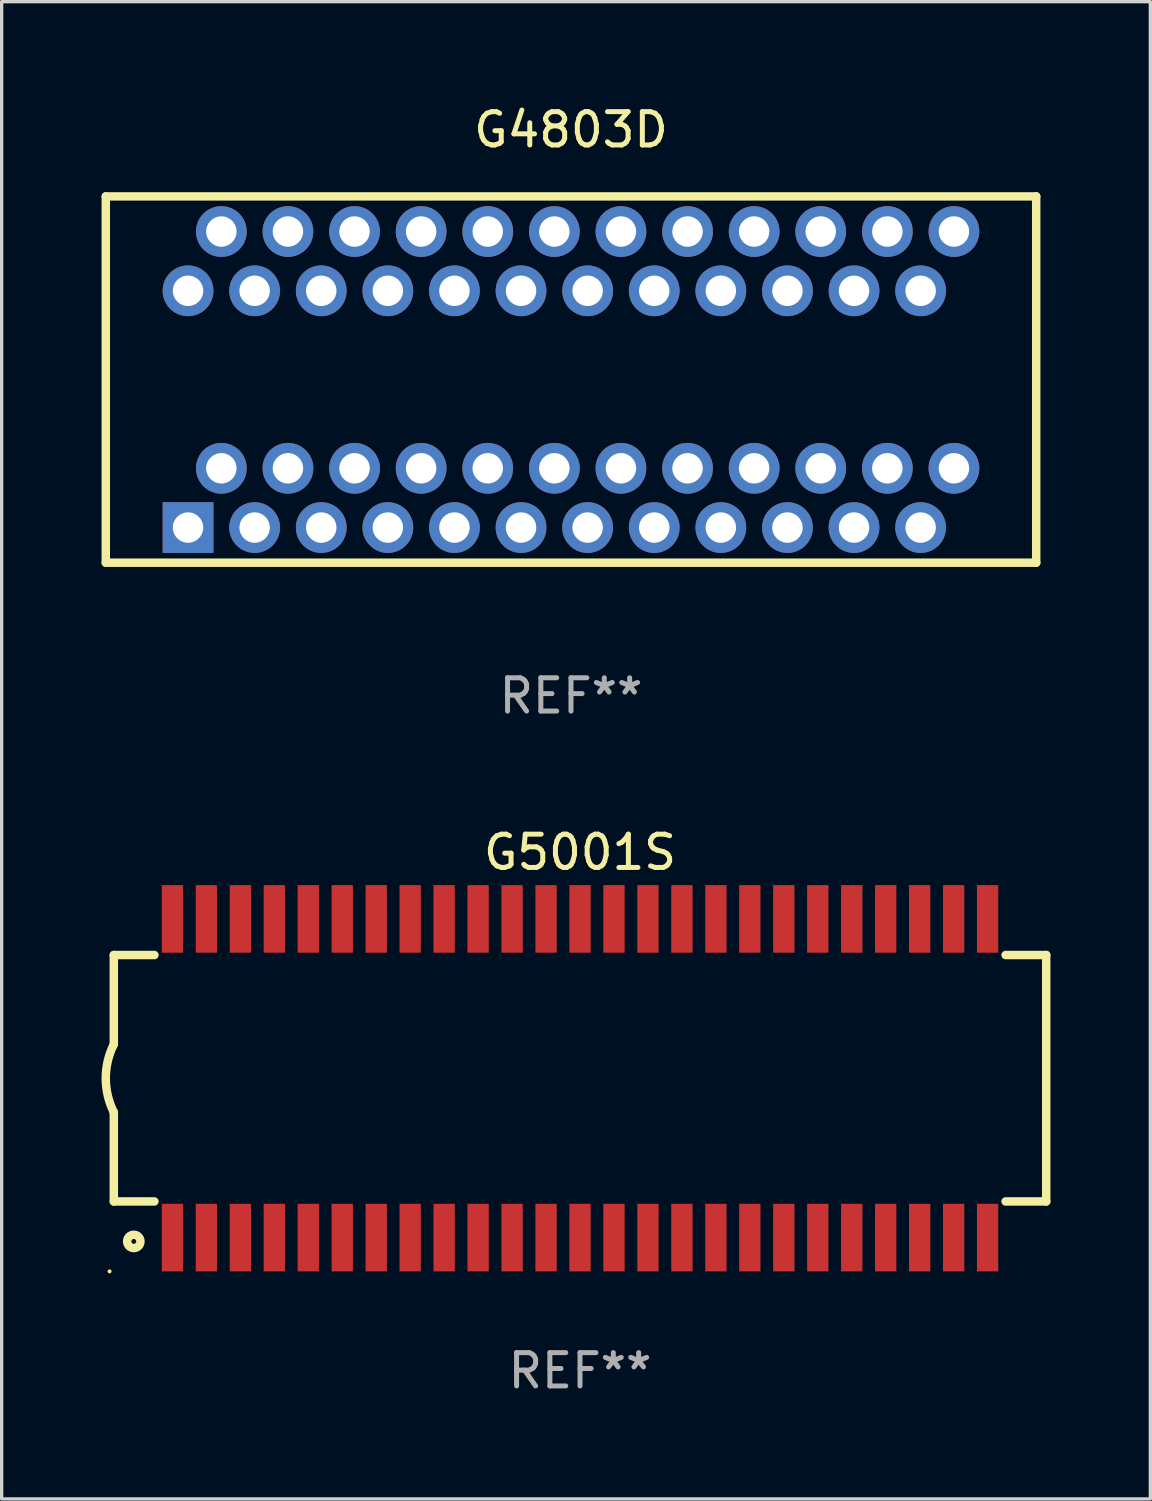
<source format=kicad_pcb>
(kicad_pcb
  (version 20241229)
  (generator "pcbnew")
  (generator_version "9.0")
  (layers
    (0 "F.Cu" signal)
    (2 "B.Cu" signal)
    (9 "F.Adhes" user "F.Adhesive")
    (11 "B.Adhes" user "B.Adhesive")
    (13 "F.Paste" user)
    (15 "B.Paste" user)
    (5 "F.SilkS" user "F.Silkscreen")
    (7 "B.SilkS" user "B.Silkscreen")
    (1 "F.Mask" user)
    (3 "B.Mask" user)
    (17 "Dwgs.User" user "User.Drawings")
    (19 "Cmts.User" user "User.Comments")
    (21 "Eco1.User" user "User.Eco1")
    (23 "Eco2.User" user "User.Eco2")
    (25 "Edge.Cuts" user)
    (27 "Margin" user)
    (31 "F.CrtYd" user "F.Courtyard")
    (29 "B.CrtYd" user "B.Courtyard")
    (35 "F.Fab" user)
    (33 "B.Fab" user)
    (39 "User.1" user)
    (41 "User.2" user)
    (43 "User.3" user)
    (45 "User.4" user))
  (footprint "G5001S"
    (layer "F.Cu")
    (at 14.368 29.33)
    (property "Reference" "G5001S" (at 0 -6.785 0) (layer "F.SilkS") (effects (font (size 1 1) (thickness 0.15))))
    (attr through_hole)
    (fp_line (start -14 -3.7) (end -14 -1.02) (stroke (width 0.254) (type solid)) (layer "F.SilkS"))
    (fp_line (start -14 -3.7) (end -12.78 -3.7) (stroke (width 0.254) (type solid)) (layer "F.SilkS"))
    (fp_line (start -14 3.7) (end -14 1.02) (stroke (width 0.254) (type solid)) (layer "F.SilkS"))
    (fp_line (start -14 3.7) (end -12.78 3.7) (stroke (width 0.254) (type solid)) (layer "F.SilkS"))
    (fp_line (start 12.78 -3.7) (end 14 -3.7) (stroke (width 0.254) (type solid)) (layer "F.SilkS"))
    (fp_line (start 12.78 3.7) (end 14 3.7) (stroke (width 0.254) (type solid)) (layer "F.SilkS"))
    (fp_line (start 14 -3.7) (end 14 3.7) (stroke (width 0.254) (type solid)) (layer "F.SilkS"))
    (fp_arc (start -14.000508 1.020701) (mid -14.241224 0.000289) (end -14.000051 -1.020015) (stroke (width 0.254001) (type solid)) (layer "F.SilkS"))
    (fp_circle (center -14.128 5.8) (end -14.098 5.8) (stroke (width 0.06) (type solid)) (fill no) (layer "F.SilkS"))
    (fp_circle (center -13.4 4.9) (end -13.2 4.9) (stroke (width 0.254) (type solid)) (fill no) (layer "F.SilkS"))
    (fp_text user "REF**" (at 0 8.785 0) (layer "F.Fab") (effects (font (size 1 1) (thickness 0.15))))
    (pad "1" smd rect (at -12.24 4.785) (size 0.64 2.03) (layers "F.Cu" "F.Mask" "F.Paste"))
    (pad "2" smd rect (at -11.22 4.785) (size 0.64 2.03) (layers "F.Cu" "F.Mask" "F.Paste"))
    (pad "3" smd rect (at -10.2 4.785) (size 0.64 2.03) (layers "F.Cu" "F.Mask" "F.Paste"))
    (pad "4" smd rect (at -9.18 4.785) (size 0.64 2.03) (layers "F.Cu" "F.Mask" "F.Paste"))
    (pad "5" smd rect (at -8.16 4.785) (size 0.64 2.03) (layers "F.Cu" "F.Mask" "F.Paste"))
    (pad "6" smd rect (at -7.14 4.785) (size 0.64 2.03) (layers "F.Cu" "F.Mask" "F.Paste"))
    (pad "7" smd rect (at -6.12 4.785) (size 0.64 2.03) (layers "F.Cu" "F.Mask" "F.Paste"))
    (pad "8" smd rect (at -5.1 4.785) (size 0.64 2.03) (layers "F.Cu" "F.Mask" "F.Paste"))
    (pad "9" smd rect (at -4.08 4.785) (size 0.64 2.03) (layers "F.Cu" "F.Mask" "F.Paste"))
    (pad "10" smd rect (at -3.06 4.785) (size 0.64 2.03) (layers "F.Cu" "F.Mask" "F.Paste"))
    (pad "11" smd rect (at -2.04 4.785) (size 0.64 2.03) (layers "F.Cu" "F.Mask" "F.Paste"))
    (pad "12" smd rect (at -1.02 4.785) (size 0.64 2.03) (layers "F.Cu" "F.Mask" "F.Paste"))
    (pad "13" smd rect (at 0 4.785) (size 0.64 2.03) (layers "F.Cu" "F.Mask" "F.Paste"))
    (pad "14" smd rect (at 1.02 4.785) (size 0.64 2.03) (layers "F.Cu" "F.Mask" "F.Paste"))
    (pad "15" smd rect (at 2.04 4.785) (size 0.64 2.03) (layers "F.Cu" "F.Mask" "F.Paste"))
    (pad "16" smd rect (at 3.06 4.785) (size 0.64 2.03) (layers "F.Cu" "F.Mask" "F.Paste"))
    (pad "17" smd rect (at 4.08 4.785) (size 0.64 2.03) (layers "F.Cu" "F.Mask" "F.Paste"))
    (pad "18" smd rect (at 5.1 4.785) (size 0.64 2.03) (layers "F.Cu" "F.Mask" "F.Paste"))
    (pad "19" smd rect (at 6.12 4.785) (size 0.64 2.03) (layers "F.Cu" "F.Mask" "F.Paste"))
    (pad "20" smd rect (at 7.14 4.785) (size 0.64 2.03) (layers "F.Cu" "F.Mask" "F.Paste"))
    (pad "21" smd rect (at 8.16 4.785) (size 0.64 2.03) (layers "F.Cu" "F.Mask" "F.Paste"))
    (pad "22" smd rect (at 9.18 4.785) (size 0.64 2.03) (layers "F.Cu" "F.Mask" "F.Paste"))
    (pad "23" smd rect (at 10.2 4.785) (size 0.64 2.03) (layers "F.Cu" "F.Mask" "F.Paste"))
    (pad "24" smd rect (at 11.22 4.785) (size 0.64 2.03) (layers "F.Cu" "F.Mask" "F.Paste"))
    (pad "25" smd rect (at 12.24 4.785) (size 0.64 2.03) (layers "F.Cu" "F.Mask" "F.Paste"))
    (pad "26" smd rect (at 12.24 -4.785) (size 0.64 2.03) (layers "F.Cu" "F.Mask" "F.Paste"))
    (pad "27" smd rect (at 11.22 -4.785) (size 0.64 2.03) (layers "F.Cu" "F.Mask" "F.Paste"))
    (pad "28" smd rect (at 10.2 -4.785) (size 0.64 2.03) (layers "F.Cu" "F.Mask" "F.Paste"))
    (pad "29" smd rect (at 9.18 -4.785) (size 0.64 2.03) (layers "F.Cu" "F.Mask" "F.Paste"))
    (pad "30" smd rect (at 8.16 -4.785) (size 0.64 2.03) (layers "F.Cu" "F.Mask" "F.Paste"))
    (pad "31" smd rect (at 7.14 -4.785) (size 0.64 2.03) (layers "F.Cu" "F.Mask" "F.Paste"))
    (pad "32" smd rect (at 6.12 -4.785) (size 0.64 2.03) (layers "F.Cu" "F.Mask" "F.Paste"))
    (pad "33" smd rect (at 5.1 -4.785) (size 0.64 2.03) (layers "F.Cu" "F.Mask" "F.Paste"))
    (pad "34" smd rect (at 4.08 -4.785) (size 0.64 2.03) (layers "F.Cu" "F.Mask" "F.Paste"))
    (pad "35" smd rect (at 3.06 -4.785) (size 0.64 2.03) (layers "F.Cu" "F.Mask" "F.Paste"))
    (pad "36" smd rect (at 2.04 -4.785) (size 0.64 2.03) (layers "F.Cu" "F.Mask" "F.Paste"))
    (pad "37" smd rect (at 1.02 -4.785) (size 0.64 2.03) (layers "F.Cu" "F.Mask" "F.Paste"))
    (pad "38" smd rect (at 0 -4.785) (size 0.64 2.03) (layers "F.Cu" "F.Mask" "F.Paste"))
    (pad "39" smd rect (at -1.02 -4.785) (size 0.64 2.03) (layers "F.Cu" "F.Mask" "F.Paste"))
    (pad "40" smd rect (at -2.04 -4.785) (size 0.64 2.03) (layers "F.Cu" "F.Mask" "F.Paste"))
    (pad "41" smd rect (at -3.06 -4.785) (size 0.64 2.03) (layers "F.Cu" "F.Mask" "F.Paste"))
    (pad "42" smd rect (at -4.08 -4.785) (size 0.64 2.03) (layers "F.Cu" "F.Mask" "F.Paste"))
    (pad "43" smd rect (at -5.1 -4.785) (size 0.64 2.03) (layers "F.Cu" "F.Mask" "F.Paste"))
    (pad "44" smd rect (at -6.12 -4.785) (size 0.64 2.03) (layers "F.Cu" "F.Mask" "F.Paste"))
    (pad "45" smd rect (at -7.14 -4.785) (size 0.64 2.03) (layers "F.Cu" "F.Mask" "F.Paste"))
    (pad "46" smd rect (at -8.16 -4.785) (size 0.64 2.03) (layers "F.Cu" "F.Mask" "F.Paste"))
    (pad "47" smd rect (at -9.18 -4.785) (size 0.64 2.03) (layers "F.Cu" "F.Mask" "F.Paste"))
    (pad "48" smd rect (at -10.2 -4.785) (size 0.64 2.03) (layers "F.Cu" "F.Mask" "F.Paste"))
    (pad "49" smd rect (at -11.22 -4.785) (size 0.64 2.03) (layers "F.Cu" "F.Mask" "F.Paste"))
    (pad "50" smd rect (at -12.24 -4.785) (size 0.64 2.03) (layers "F.Cu" "F.Mask" "F.Paste")))
  (footprint "G4803D"
    (layer "F.Cu")
    (at 14.097 8.348)
    (property "Reference" "G4803D" (at 0 -7.5 0) (layer "F.SilkS") (effects (font (size 1 1) (thickness 0.15))))
    (attr through_hole)
    (fp_line (start -13.97 -5.5) (end -13.97 5.5) (stroke (width 0.254) (type solid)) (layer "F.SilkS"))
    (fp_line (start -13.97 -5.5) (end 13.97 -5.5) (stroke (width 0.254) (type solid)) (layer "F.SilkS"))
    (fp_line (start -13.97 5.5) (end 13.97 5.5) (stroke (width 0.254) (type solid)) (layer "F.SilkS"))
    (fp_line (start 13.97 -5.5) (end 13.97 5.5) (stroke (width 0.254) (type solid)) (layer "F.SilkS"))
    (fp_text user "REF**" (at 0 9.5 0) (layer "F.Fab") (effects (font (size 1 1) (thickness 0.15))))
    (pad "1" thru_hole rect (at -11.5 4.445) (size 1.524 1.524) (drill 0.914) (layers "*.Cu" "*.Mask"))
    (pad "2" thru_hole circle (at -10.5 2.665) (size 1.524 1.524) (drill 0.914) (layers "*.Cu" "*.Mask"))
    (pad "3" thru_hole circle (at -9.5 4.445) (size 1.524 1.524) (drill 0.914) (layers "*.Cu" "*.Mask"))
    (pad "4" thru_hole circle (at -8.5 2.665) (size 1.524 1.524) (drill 0.914) (layers "*.Cu" "*.Mask"))
    (pad "5" thru_hole circle (at -7.5 4.445) (size 1.524 1.524) (drill 0.914) (layers "*.Cu" "*.Mask"))
    (pad "6" thru_hole circle (at -6.5 2.665) (size 1.524 1.524) (drill 0.914) (layers "*.Cu" "*.Mask"))
    (pad "7" thru_hole circle (at -5.5 4.445) (size 1.524 1.524) (drill 0.914) (layers "*.Cu" "*.Mask"))
    (pad "8" thru_hole circle (at -4.5 2.665) (size 1.524 1.524) (drill 0.914) (layers "*.Cu" "*.Mask"))
    (pad "9" thru_hole circle (at -3.5 4.445) (size 1.524 1.524) (drill 0.914) (layers "*.Cu" "*.Mask"))
    (pad "10" thru_hole circle (at -2.5 2.665) (size 1.524 1.524) (drill 0.914) (layers "*.Cu" "*.Mask"))
    (pad "11" thru_hole circle (at -1.5 4.445) (size 1.524 1.524) (drill 0.914) (layers "*.Cu" "*.Mask"))
    (pad "12" thru_hole circle (at -0.5 2.665) (size 1.524 1.524) (drill 0.914) (layers "*.Cu" "*.Mask"))
    (pad "13" thru_hole circle (at 0.5 4.445) (size 1.524 1.524) (drill 0.914) (layers "*.Cu" "*.Mask"))
    (pad "14" thru_hole circle (at 1.5 2.665) (size 1.524 1.524) (drill 0.914) (layers "*.Cu" "*.Mask"))
    (pad "15" thru_hole circle (at 2.5 4.445) (size 1.524 1.524) (drill 0.914) (layers "*.Cu" "*.Mask"))
    (pad "16" thru_hole circle (at 3.5 2.665) (size 1.524 1.524) (drill 0.914) (layers "*.Cu" "*.Mask"))
    (pad "17" thru_hole circle (at 4.5 4.445) (size 1.524 1.524) (drill 0.914) (layers "*.Cu" "*.Mask"))
    (pad "18" thru_hole circle (at 5.5 2.665) (size 1.524 1.524) (drill 0.914) (layers "*.Cu" "*.Mask"))
    (pad "19" thru_hole circle (at 6.5 4.445) (size 1.524 1.524) (drill 0.914) (layers "*.Cu" "*.Mask"))
    (pad "20" thru_hole circle (at 7.5 2.665) (size 1.524 1.524) (drill 0.914) (layers "*.Cu" "*.Mask"))
    (pad "21" thru_hole circle (at 8.5 4.445) (size 1.524 1.524) (drill 0.914) (layers "*.Cu" "*.Mask"))
    (pad "22" thru_hole circle (at 9.5 2.665) (size 1.524 1.524) (drill 0.914) (layers "*.Cu" "*.Mask"))
    (pad "23" thru_hole circle (at 10.5 4.445) (size 1.524 1.524) (drill 0.914) (layers "*.Cu" "*.Mask"))
    (pad "24" thru_hole circle (at 11.5 2.665) (size 1.524 1.524) (drill 0.914) (layers "*.Cu" "*.Mask"))
    (pad "25" thru_hole circle (at 11.5 -4.445) (size 1.524 1.524) (drill 0.914) (layers "*.Cu" "*.Mask"))
    (pad "26" thru_hole circle (at 10.5 -2.665) (size 1.524 1.524) (drill 0.914) (layers "*.Cu" "*.Mask"))
    (pad "27" thru_hole circle (at 9.5 -4.445) (size 1.524 1.524) (drill 0.914) (layers "*.Cu" "*.Mask"))
    (pad "28" thru_hole circle (at 8.5 -2.665) (size 1.524 1.524) (drill 0.914) (layers "*.Cu" "*.Mask"))
    (pad "29" thru_hole circle (at 7.5 -4.445) (size 1.524 1.524) (drill 0.914) (layers "*.Cu" "*.Mask"))
    (pad "30" thru_hole circle (at 6.5 -2.665) (size 1.524 1.524) (drill 0.914) (layers "*.Cu" "*.Mask"))
    (pad "31" thru_hole circle (at 5.5 -4.445) (size 1.524 1.524) (drill 0.914) (layers "*.Cu" "*.Mask"))
    (pad "32" thru_hole circle (at 4.5 -2.665) (size 1.524 1.524) (drill 0.914) (layers "*.Cu" "*.Mask"))
    (pad "33" thru_hole circle (at 3.5 -4.445) (size 1.524 1.524) (drill 0.914) (layers "*.Cu" "*.Mask"))
    (pad "34" thru_hole circle (at 2.5 -2.665) (size 1.524 1.524) (drill 0.914) (layers "*.Cu" "*.Mask"))
    (pad "35" thru_hole circle (at 1.5 -4.445) (size 1.524 1.524) (drill 0.914) (layers "*.Cu" "*.Mask"))
    (pad "36" thru_hole circle (at 0.5 -2.665) (size 1.524 1.524) (drill 0.914) (layers "*.Cu" "*.Mask"))
    (pad "37" thru_hole circle (at -0.5 -4.445) (size 1.524 1.524) (drill 0.914) (layers "*.Cu" "*.Mask"))
    (pad "38" thru_hole circle (at -1.5 -2.665) (size 1.524 1.524) (drill 0.914) (layers "*.Cu" "*.Mask"))
    (pad "39" thru_hole circle (at -2.5 -4.445) (size 1.524 1.524) (drill 0.914) (layers "*.Cu" "*.Mask"))
    (pad "40" thru_hole circle (at -3.5 -2.665) (size 1.524 1.524) (drill 0.914) (layers "*.Cu" "*.Mask"))
    (pad "41" thru_hole circle (at -4.5 -4.445) (size 1.524 1.524) (drill 0.914) (layers "*.Cu" "*.Mask"))
    (pad "42" thru_hole circle (at -5.5 -2.665) (size 1.524 1.524) (drill 0.914) (layers "*.Cu" "*.Mask"))
    (pad "43" thru_hole circle (at -6.5 -4.445) (size 1.524 1.524) (drill 0.914) (layers "*.Cu" "*.Mask"))
    (pad "44" thru_hole circle (at -7.5 -2.665) (size 1.524 1.524) (drill 0.914) (layers "*.Cu" "*.Mask"))
    (pad "45" thru_hole circle (at -8.5 -4.445) (size 1.524 1.524) (drill 0.914) (layers "*.Cu" "*.Mask"))
    (pad "46" thru_hole circle (at -9.5 -2.665) (size 1.524 1.524) (drill 0.914) (layers "*.Cu" "*.Mask"))
    (pad "47" thru_hole circle (at -10.5 -4.445) (size 1.524 1.524) (drill 0.914) (layers "*.Cu" "*.Mask"))
    (pad "48" thru_hole circle (at -11.5 -2.665) (size 1.524 1.524) (drill 0.914) (layers "*.Cu" "*.Mask")))
  (gr_rect
    (start -3 -3)
    (end 31.495 41.963)
    (stroke (width 0.1) (type default))
    (fill no)
    (layer "Edge.Cuts")))
</source>
